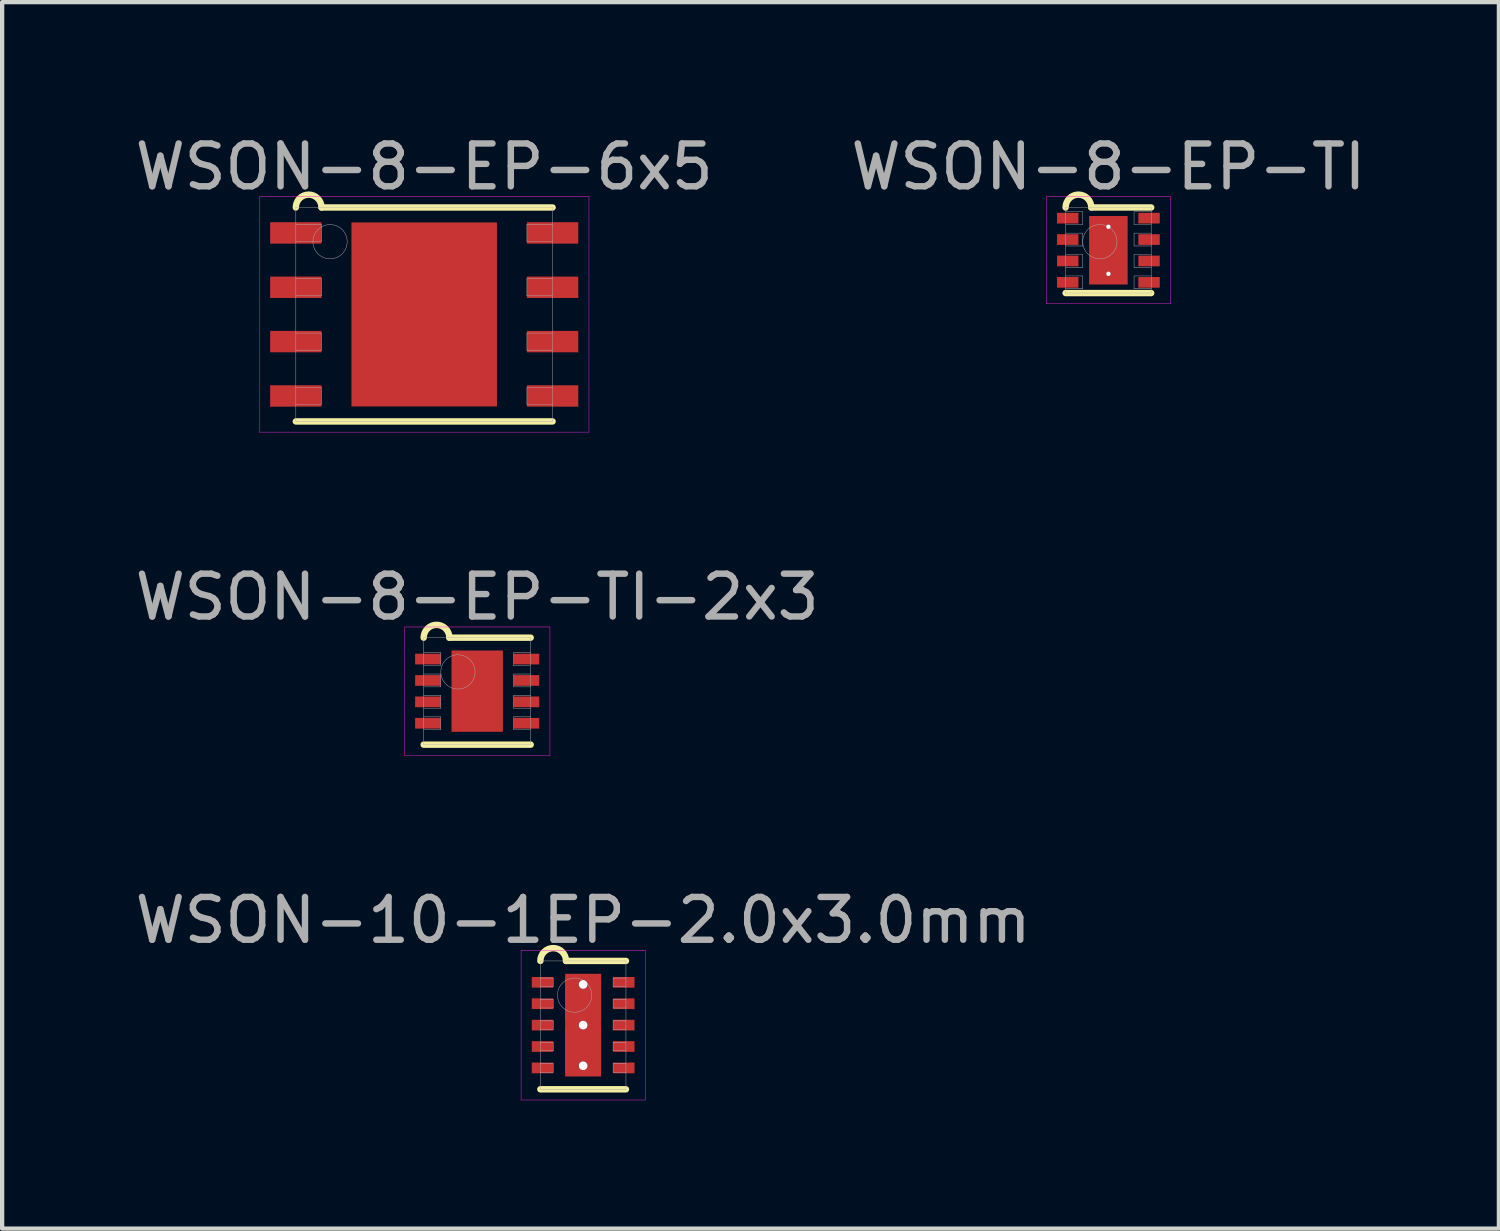
<source format=kicad_pcb>
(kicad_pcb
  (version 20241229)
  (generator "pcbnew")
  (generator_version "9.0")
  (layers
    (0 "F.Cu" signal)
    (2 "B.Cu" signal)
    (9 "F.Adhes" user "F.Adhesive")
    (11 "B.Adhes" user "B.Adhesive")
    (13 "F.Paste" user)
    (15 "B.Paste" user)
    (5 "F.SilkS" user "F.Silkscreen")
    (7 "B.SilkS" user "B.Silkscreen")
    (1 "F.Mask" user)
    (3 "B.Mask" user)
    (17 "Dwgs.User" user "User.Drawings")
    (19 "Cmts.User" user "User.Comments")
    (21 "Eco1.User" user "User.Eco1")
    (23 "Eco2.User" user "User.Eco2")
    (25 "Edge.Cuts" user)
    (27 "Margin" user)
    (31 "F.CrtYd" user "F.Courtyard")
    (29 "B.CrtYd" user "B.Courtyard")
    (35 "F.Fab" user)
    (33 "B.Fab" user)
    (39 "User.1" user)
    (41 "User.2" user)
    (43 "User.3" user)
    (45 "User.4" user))
  (footprint "WSON-8-EP-TI-2x3"
    (layer "F.Cu")
    (at 8.101 13.101)
    (property "Reference" "WSON-8-EP-TI-2x3" (at 0 -2.2 0) (layer "F.Fab") (effects (font (size 1 1) (thickness 0.15))))
    (attr smd)
    (fp_line (start -1.25 1.25) (end 1.25 1.25) (stroke (width 0.15) (type solid)) (layer "F.SilkS"))
    (fp_line (start -0.65 -1.25) (end 1.25 -1.25) (stroke (width 0.15) (type solid)) (layer "F.SilkS"))
    (fp_arc (start -1.25 -1.25) (mid -0.95 -1.55) (end -0.65 -1.25) (stroke (width 0.15) (type solid)) (layer "F.SilkS"))
    (fp_line (start -1.7 -1.5) (end 1.7 -1.5) (stroke (width 0.01) (type solid)) (layer "F.CrtYd"))
    (fp_line (start -1.7 1.5) (end -1.7 -1.5) (stroke (width 0.01) (type solid)) (layer "F.CrtYd"))
    (fp_line (start 1.7 -1.5) (end 1.7 1.5) (stroke (width 0.01) (type solid)) (layer "F.CrtYd"))
    (fp_line (start 1.7 1.5) (end -1.7 1.5) (stroke (width 0.01) (type solid)) (layer "F.CrtYd"))
    (fp_line (start -1.25 -1.25) (end 1.25 -1.25) (stroke (width 0.01) (type solid)) (layer "F.Fab"))
    (fp_line (start -1.25 -0.6) (end -0.85 -0.6) (stroke (width 0.01) (type solid)) (layer "F.Fab"))
    (fp_line (start -1.25 -0.1) (end -0.85 -0.1) (stroke (width 0.01) (type solid)) (layer "F.Fab"))
    (fp_line (start -1.25 0.4) (end -0.85 0.4) (stroke (width 0.01) (type solid)) (layer "F.Fab"))
    (fp_line (start -1.25 0.9) (end -0.85 0.9) (stroke (width 0.01) (type solid)) (layer "F.Fab"))
    (fp_line (start -1.25 1.25) (end -1.25 -1.25) (stroke (width 0.01) (type solid)) (layer "F.Fab"))
    (fp_line (start -0.85 -0.9) (end -1.25 -0.9) (stroke (width 0.01) (type solid)) (layer "F.Fab"))
    (fp_line (start -0.85 -0.6) (end -0.85 -0.9) (stroke (width 0.01) (type solid)) (layer "F.Fab"))
    (fp_line (start -0.85 -0.4) (end -1.25 -0.4) (stroke (width 0.01) (type solid)) (layer "F.Fab"))
    (fp_line (start -0.85 -0.1) (end -0.85 -0.4) (stroke (width 0.01) (type solid)) (layer "F.Fab"))
    (fp_line (start -0.85 0.1) (end -1.25 0.1) (stroke (width 0.01) (type solid)) (layer "F.Fab"))
    (fp_line (start -0.85 0.4) (end -0.85 0.1) (stroke (width 0.01) (type solid)) (layer "F.Fab"))
    (fp_line (start -0.85 0.6) (end -1.25 0.6) (stroke (width 0.01) (type solid)) (layer "F.Fab"))
    (fp_line (start -0.85 0.9) (end -0.85 0.6) (stroke (width 0.01) (type solid)) (layer "F.Fab"))
    (fp_line (start 0.85 -0.9) (end 0.85 -0.6) (stroke (width 0.01) (type solid)) (layer "F.Fab"))
    (fp_line (start 0.85 -0.6) (end 1.25 -0.6) (stroke (width 0.01) (type solid)) (layer "F.Fab"))
    (fp_line (start 0.85 -0.4) (end 0.85 -0.1) (stroke (width 0.01) (type solid)) (layer "F.Fab"))
    (fp_line (start 0.85 -0.1) (end 1.25 -0.1) (stroke (width 0.01) (type solid)) (layer "F.Fab"))
    (fp_line (start 0.85 0.1) (end 0.85 0.4) (stroke (width 0.01) (type solid)) (layer "F.Fab"))
    (fp_line (start 0.85 0.4) (end 1.25 0.4) (stroke (width 0.01) (type solid)) (layer "F.Fab"))
    (fp_line (start 0.85 0.6) (end 0.85 0.9) (stroke (width 0.01) (type solid)) (layer "F.Fab"))
    (fp_line (start 0.85 0.9) (end 1.25 0.9) (stroke (width 0.01) (type solid)) (layer "F.Fab"))
    (fp_line (start 1.25 -1.25) (end 1.25 1.25) (stroke (width 0.01) (type solid)) (layer "F.Fab"))
    (fp_line (start 1.25 -0.9) (end 0.85 -0.9) (stroke (width 0.01) (type solid)) (layer "F.Fab"))
    (fp_line (start 1.25 -0.4) (end 0.85 -0.4) (stroke (width 0.01) (type solid)) (layer "F.Fab"))
    (fp_line (start 1.25 0.1) (end 0.85 0.1) (stroke (width 0.01) (type solid)) (layer "F.Fab"))
    (fp_line (start 1.25 0.6) (end 0.85 0.6) (stroke (width 0.01) (type solid)) (layer "F.Fab"))
    (fp_line (start 1.25 1.25) (end -1.25 1.25) (stroke (width 0.01) (type solid)) (layer "F.Fab"))
    (fp_circle (center -0.45 -0.45) (end -0.45 -0.05) (stroke (width 0.01) (type solid)) (fill no) (layer "F.Fab"))
    (pad "" smd rect (at 0 -0.45) (size 0.9 0.7) (layers "F.Paste"))
    (pad "" smd rect (at 0 0.45) (size 0.9 0.7) (layers "F.Paste"))
    (pad "1" smd rect (at -1.15 -0.75) (size 0.6 0.25) (layers "F.Cu" "F.Mask" "F.Paste"))
    (pad "2" smd rect (at -1.15 -0.25) (size 0.6 0.25) (layers "F.Cu" "F.Mask" "F.Paste"))
    (pad "3" smd rect (at -1.15 0.25) (size 0.6 0.25) (layers "F.Cu" "F.Mask" "F.Paste"))
    (pad "4" smd rect (at -1.15 0.75) (size 0.6 0.25) (layers "F.Cu" "F.Mask" "F.Paste"))
    (pad "5" smd rect (at 1.15 0.75) (size 0.6 0.25) (layers "F.Cu" "F.Mask" "F.Paste"))
    (pad "6" smd rect (at 1.15 0.25) (size 0.6 0.25) (layers "F.Cu" "F.Mask" "F.Paste"))
    (pad "7" smd rect (at 1.15 -0.25) (size 0.6 0.25) (layers "F.Cu" "F.Mask" "F.Paste"))
    (pad "8" smd rect (at 1.15 -0.75) (size 0.6 0.25) (layers "F.Cu" "F.Mask" "F.Paste"))
    (pad "EP" smd rect (at 0 0) (size 1.2 1.9) (layers "F.Cu" "F.Mask")))
  (footprint "WSON-8-EP-6x5"
    (layer "F.Cu")
    (at 6.863 4.298)
    (property "Reference" "WSON-8-EP-6x5" (at 0 -3.45 0) (layer "F.Fab") (effects (font (size 1 1) (thickness 0.15))))
    (attr through_hole)
    (fp_line (start -3 2.5) (end 3 2.5) (stroke (width 0.15) (type solid)) (layer "F.SilkS"))
    (fp_line (start -2.4 -2.5) (end 3 -2.5) (stroke (width 0.15) (type solid)) (layer "F.SilkS"))
    (fp_arc (start -3 -2.5) (mid -2.7 -2.8) (end -2.4 -2.5) (stroke (width 0.15) (type solid)) (layer "F.SilkS"))
    (fp_line (start -3.85 -2.75) (end 3.85 -2.75) (stroke (width 0.01) (type solid)) (layer "F.CrtYd"))
    (fp_line (start -3.85 2.75) (end -3.85 -2.75) (stroke (width 0.01) (type solid)) (layer "F.CrtYd"))
    (fp_line (start 3.85 -2.75) (end 3.85 2.75) (stroke (width 0.01) (type solid)) (layer "F.CrtYd"))
    (fp_line (start 3.85 2.75) (end -3.85 2.75) (stroke (width 0.01) (type solid)) (layer "F.CrtYd"))
    (fp_line (start -3 -2.5) (end 3 -2.5) (stroke (width 0.01) (type solid)) (layer "F.Fab"))
    (fp_line (start -3 -1.705) (end -2.4 -1.705) (stroke (width 0.01) (type solid)) (layer "F.Fab"))
    (fp_line (start -3 -0.435) (end -2.4 -0.435) (stroke (width 0.01) (type solid)) (layer "F.Fab"))
    (fp_line (start -3 0.835) (end -2.4 0.835) (stroke (width 0.01) (type solid)) (layer "F.Fab"))
    (fp_line (start -3 2.105) (end -2.4 2.105) (stroke (width 0.01) (type solid)) (layer "F.Fab"))
    (fp_line (start -3 2.5) (end -3 -2.5) (stroke (width 0.01) (type solid)) (layer "F.Fab"))
    (fp_line (start -2.4 -2.105) (end -3 -2.105) (stroke (width 0.01) (type solid)) (layer "F.Fab"))
    (fp_line (start -2.4 -1.705) (end -2.4 -2.105) (stroke (width 0.01) (type solid)) (layer "F.Fab"))
    (fp_line (start -2.4 -0.835) (end -3 -0.835) (stroke (width 0.01) (type solid)) (layer "F.Fab"))
    (fp_line (start -2.4 -0.435) (end -2.4 -0.835) (stroke (width 0.01) (type solid)) (layer "F.Fab"))
    (fp_line (start -2.4 0.435) (end -3 0.435) (stroke (width 0.01) (type solid)) (layer "F.Fab"))
    (fp_line (start -2.4 0.835) (end -2.4 0.435) (stroke (width 0.01) (type solid)) (layer "F.Fab"))
    (fp_line (start -2.4 1.705) (end -3 1.705) (stroke (width 0.01) (type solid)) (layer "F.Fab"))
    (fp_line (start -2.4 2.105) (end -2.4 1.705) (stroke (width 0.01) (type solid)) (layer "F.Fab"))
    (fp_line (start 2.4 -2.105) (end 2.4 -1.705) (stroke (width 0.01) (type solid)) (layer "F.Fab"))
    (fp_line (start 2.4 -1.705) (end 3 -1.705) (stroke (width 0.01) (type solid)) (layer "F.Fab"))
    (fp_line (start 2.4 -0.835) (end 2.4 -0.435) (stroke (width 0.01) (type solid)) (layer "F.Fab"))
    (fp_line (start 2.4 -0.435) (end 3 -0.435) (stroke (width 0.01) (type solid)) (layer "F.Fab"))
    (fp_line (start 2.4 0.435) (end 2.4 0.835) (stroke (width 0.01) (type solid)) (layer "F.Fab"))
    (fp_line (start 2.4 0.835) (end 3 0.835) (stroke (width 0.01) (type solid)) (layer "F.Fab"))
    (fp_line (start 2.4 1.705) (end 2.4 2.105) (stroke (width 0.01) (type solid)) (layer "F.Fab"))
    (fp_line (start 2.4 2.105) (end 3 2.105) (stroke (width 0.01) (type solid)) (layer "F.Fab"))
    (fp_line (start 3 -2.5) (end 3 2.5) (stroke (width 0.01) (type solid)) (layer "F.Fab"))
    (fp_line (start 3 -2.105) (end 2.4 -2.105) (stroke (width 0.01) (type solid)) (layer "F.Fab"))
    (fp_line (start 3 -0.835) (end 2.4 -0.835) (stroke (width 0.01) (type solid)) (layer "F.Fab"))
    (fp_line (start 3 0.435) (end 2.4 0.435) (stroke (width 0.01) (type solid)) (layer "F.Fab"))
    (fp_line (start 3 1.705) (end 2.4 1.705) (stroke (width 0.01) (type solid)) (layer "F.Fab"))
    (fp_line (start 3 2.5) (end -3 2.5) (stroke (width 0.01) (type solid)) (layer "F.Fab"))
    (fp_circle (center -2.2 -1.7) (end -2.2 -1.3) (stroke (width 0.01) (type solid)) (fill no) (layer "F.Fab"))
    (pad "" smd rect (at 0 -1) (size 2 1.4) (layers "F.Paste"))
    (pad "" smd rect (at 0 1) (size 2 1.4) (layers "F.Paste"))
    (pad "1" smd rect (at -3 -1.905) (size 1.2 0.5) (layers "F.Cu" "F.Mask" "F.Paste"))
    (pad "2" smd rect (at -3 -0.635) (size 1.2 0.5) (layers "F.Cu" "F.Mask" "F.Paste"))
    (pad "3" smd rect (at -3 0.635) (size 1.2 0.5) (layers "F.Cu" "F.Mask" "F.Paste"))
    (pad "4" smd rect (at -3 1.905) (size 1.2 0.5) (layers "F.Cu" "F.Mask" "F.Paste"))
    (pad "5" smd rect (at 3 1.905) (size 1.2 0.5) (layers "F.Cu" "F.Mask" "F.Paste"))
    (pad "6" smd rect (at 3 0.635) (size 1.2 0.5) (layers "F.Cu" "F.Mask" "F.Paste"))
    (pad "7" smd rect (at 3 -0.635) (size 1.2 0.5) (layers "F.Cu" "F.Mask" "F.Paste"))
    (pad "8" smd rect (at 3 -1.905) (size 1.2 0.5) (layers "F.Cu" "F.Mask" "F.Paste"))
    (pad "EP" smd rect (at 0 0) (size 3.4 4.3) (layers "F.Cu" "F.Mask")))
  (footprint "WSON-8-EP-TI"
    (layer "F.Cu")
    (at 22.851 2.798)
    (property "Reference" "WSON-8-EP-TI" (at 0 -1.95 0) (layer "F.Fab") (effects (font (size 1 1) (thickness 0.15))))
    (attr smd)
    (fp_line (start -1 1) (end 1 1) (stroke (width 0.15) (type solid)) (layer "F.SilkS"))
    (fp_line (start -0.4 -1) (end 1 -1) (stroke (width 0.15) (type solid)) (layer "F.SilkS"))
    (fp_arc (start -1 -1) (mid -0.7 -1.3) (end -0.4 -1) (stroke (width 0.15) (type solid)) (layer "F.SilkS"))
    (fp_line (start -1.45 -1.25) (end 1.45 -1.25) (stroke (width 0.01) (type solid)) (layer "F.CrtYd"))
    (fp_line (start -1.45 1.25) (end -1.45 -1.25) (stroke (width 0.01) (type solid)) (layer "F.CrtYd"))
    (fp_line (start 1.45 -1.25) (end 1.45 1.25) (stroke (width 0.01) (type solid)) (layer "F.CrtYd"))
    (fp_line (start 1.45 1.25) (end -1.45 1.25) (stroke (width 0.01) (type solid)) (layer "F.CrtYd"))
    (fp_line (start -1 -1) (end 1 -1) (stroke (width 0.01) (type solid)) (layer "F.Fab"))
    (fp_line (start -1 -0.6) (end -0.6 -0.6) (stroke (width 0.01) (type solid)) (layer "F.Fab"))
    (fp_line (start -1 -0.1) (end -0.6 -0.1) (stroke (width 0.01) (type solid)) (layer "F.Fab"))
    (fp_line (start -1 0.4) (end -0.6 0.4) (stroke (width 0.01) (type solid)) (layer "F.Fab"))
    (fp_line (start -1 0.9) (end -0.6 0.9) (stroke (width 0.01) (type solid)) (layer "F.Fab"))
    (fp_line (start -1 1) (end -1 -1) (stroke (width 0.01) (type solid)) (layer "F.Fab"))
    (fp_line (start -0.6 -0.9) (end -1 -0.9) (stroke (width 0.01) (type solid)) (layer "F.Fab"))
    (fp_line (start -0.6 -0.6) (end -0.6 -0.9) (stroke (width 0.01) (type solid)) (layer "F.Fab"))
    (fp_line (start -0.6 -0.4) (end -1 -0.4) (stroke (width 0.01) (type solid)) (layer "F.Fab"))
    (fp_line (start -0.6 -0.1) (end -0.6 -0.4) (stroke (width 0.01) (type solid)) (layer "F.Fab"))
    (fp_line (start -0.6 0.1) (end -1 0.1) (stroke (width 0.01) (type solid)) (layer "F.Fab"))
    (fp_line (start -0.6 0.4) (end -0.6 0.1) (stroke (width 0.01) (type solid)) (layer "F.Fab"))
    (fp_line (start -0.6 0.6) (end -1 0.6) (stroke (width 0.01) (type solid)) (layer "F.Fab"))
    (fp_line (start -0.6 0.9) (end -0.6 0.6) (stroke (width 0.01) (type solid)) (layer "F.Fab"))
    (fp_line (start 0.6 -0.9) (end 0.6 -0.6) (stroke (width 0.01) (type solid)) (layer "F.Fab"))
    (fp_line (start 0.6 -0.6) (end 1 -0.6) (stroke (width 0.01) (type solid)) (layer "F.Fab"))
    (fp_line (start 0.6 -0.4) (end 0.6 -0.1) (stroke (width 0.01) (type solid)) (layer "F.Fab"))
    (fp_line (start 0.6 -0.1) (end 1 -0.1) (stroke (width 0.01) (type solid)) (layer "F.Fab"))
    (fp_line (start 0.6 0.1) (end 0.6 0.4) (stroke (width 0.01) (type solid)) (layer "F.Fab"))
    (fp_line (start 0.6 0.4) (end 1 0.4) (stroke (width 0.01) (type solid)) (layer "F.Fab"))
    (fp_line (start 0.6 0.6) (end 0.6 0.9) (stroke (width 0.01) (type solid)) (layer "F.Fab"))
    (fp_line (start 0.6 0.9) (end 1 0.9) (stroke (width 0.01) (type solid)) (layer "F.Fab"))
    (fp_line (start 1 -1) (end 1 1) (stroke (width 0.01) (type solid)) (layer "F.Fab"))
    (fp_line (start 1 -0.9) (end 0.6 -0.9) (stroke (width 0.01) (type solid)) (layer "F.Fab"))
    (fp_line (start 1 -0.4) (end 0.6 -0.4) (stroke (width 0.01) (type solid)) (layer "F.Fab"))
    (fp_line (start 1 0.1) (end 0.6 0.1) (stroke (width 0.01) (type solid)) (layer "F.Fab"))
    (fp_line (start 1 0.6) (end 0.6 0.6) (stroke (width 0.01) (type solid)) (layer "F.Fab"))
    (fp_line (start 1 1) (end -1 1) (stroke (width 0.01) (type solid)) (layer "F.Fab"))
    (fp_circle (center -0.2 -0.2) (end -0.2 0.2) (stroke (width 0.01) (type solid)) (fill no) (layer "F.Fab"))
    (pad "" smd rect (at 0 -0.45) (size 0.9 0.7) (layers "F.Paste"))
    (pad "" smd rect (at 0 0.45) (size 0.9 0.7) (layers "F.Paste"))
    (pad "1" smd rect (at -0.95 -0.75) (size 0.5 0.25) (layers "F.Cu" "F.Mask" "F.Paste"))
    (pad "2" smd rect (at -0.95 -0.25) (size 0.5 0.25) (layers "F.Cu" "F.Mask" "F.Paste"))
    (pad "3" smd rect (at -0.95 0.25) (size 0.5 0.25) (layers "F.Cu" "F.Mask" "F.Paste"))
    (pad "4" smd rect (at -0.95 0.75) (size 0.5 0.25) (layers "F.Cu" "F.Mask" "F.Paste"))
    (pad "5" smd rect (at 0.95 0.75) (size 0.5 0.25) (layers "F.Cu" "F.Mask" "F.Paste"))
    (pad "6" smd rect (at 0.95 0.25) (size 0.5 0.25) (layers "F.Cu" "F.Mask" "F.Paste"))
    (pad "7" smd rect (at 0.95 -0.25) (size 0.5 0.25) (layers "F.Cu" "F.Mask" "F.Paste"))
    (pad "8" smd rect (at 0.95 -0.75) (size 0.5 0.25) (layers "F.Cu" "F.Mask" "F.Paste"))
    (pad "EP" thru_hole circle (at 0 -0.55) (size 0.1 0.1) (drill 0.3) (layers "*.Cu"))
    (pad "EP" smd rect (at 0 0) (size 0.9 1.6) (layers "F.Cu" "F.Mask"))
    (pad "EP" thru_hole circle (at 0 0.55) (size 0.1 0.1) (drill 0.3) (layers "*.Cu")))
  (footprint "WSON-10-1EP-2.0x3.0mm"
    (layer "F.Cu")
    (at 10.577 20.905)
    (property "Reference" "WSON-10-1EP-2.0x3.0mm" (at 0 -2.45 0) (layer "F.Fab") (effects (font (size 1 1) (thickness 0.15))))
    (attr through_hole)
    (fp_line (start -1 1.5) (end 1 1.5) (stroke (width 0.15) (type solid)) (layer "F.SilkS"))
    (fp_line (start -0.4 -1.5) (end 1 -1.5) (stroke (width 0.15) (type solid)) (layer "F.SilkS"))
    (fp_arc (start -1 -1.5) (mid -0.7 -1.8) (end -0.4 -1.5) (stroke (width 0.15) (type solid)) (layer "F.SilkS"))
    (fp_line (start -1.45 -1.75) (end 1.45 -1.75) (stroke (width 0.01) (type solid)) (layer "F.CrtYd"))
    (fp_line (start -1.45 1.75) (end -1.45 -1.75) (stroke (width 0.01) (type solid)) (layer "F.CrtYd"))
    (fp_line (start 1.45 -1.75) (end 1.45 1.75) (stroke (width 0.01) (type solid)) (layer "F.CrtYd"))
    (fp_line (start 1.45 1.75) (end -1.45 1.75) (stroke (width 0.01) (type solid)) (layer "F.CrtYd"))
    (fp_line (start -1 -1.5) (end 1 -1.5) (stroke (width 0.01) (type solid)) (layer "F.Fab"))
    (fp_line (start -1 -0.9) (end -0.7 -0.9) (stroke (width 0.01) (type solid)) (layer "F.Fab"))
    (fp_line (start -1 -0.4) (end -0.7 -0.4) (stroke (width 0.01) (type solid)) (layer "F.Fab"))
    (fp_line (start -1 0.1) (end -0.7 0.1) (stroke (width 0.01) (type solid)) (layer "F.Fab"))
    (fp_line (start -1 0.6) (end -0.7 0.6) (stroke (width 0.01) (type solid)) (layer "F.Fab"))
    (fp_line (start -1 1.1) (end -0.7 1.1) (stroke (width 0.01) (type solid)) (layer "F.Fab"))
    (fp_line (start -1 1.5) (end -1 -1.5) (stroke (width 0.01) (type solid)) (layer "F.Fab"))
    (fp_line (start -0.7 -1.1) (end -1 -1.1) (stroke (width 0.01) (type solid)) (layer "F.Fab"))
    (fp_line (start -0.7 -0.9) (end -0.7 -1.1) (stroke (width 0.01) (type solid)) (layer "F.Fab"))
    (fp_line (start -0.7 -0.6) (end -1 -0.6) (stroke (width 0.01) (type solid)) (layer "F.Fab"))
    (fp_line (start -0.7 -0.4) (end -0.7 -0.6) (stroke (width 0.01) (type solid)) (layer "F.Fab"))
    (fp_line (start -0.7 -0.1) (end -1 -0.1) (stroke (width 0.01) (type solid)) (layer "F.Fab"))
    (fp_line (start -0.7 0.1) (end -0.7 -0.1) (stroke (width 0.01) (type solid)) (layer "F.Fab"))
    (fp_line (start -0.7 0.4) (end -1 0.4) (stroke (width 0.01) (type solid)) (layer "F.Fab"))
    (fp_line (start -0.7 0.6) (end -0.7 0.4) (stroke (width 0.01) (type solid)) (layer "F.Fab"))
    (fp_line (start -0.7 0.9) (end -1 0.9) (stroke (width 0.01) (type solid)) (layer "F.Fab"))
    (fp_line (start -0.7 1.1) (end -0.7 0.9) (stroke (width 0.01) (type solid)) (layer "F.Fab"))
    (fp_line (start 0.7 -1.1) (end 0.7 -0.9) (stroke (width 0.01) (type solid)) (layer "F.Fab"))
    (fp_line (start 0.7 -0.9) (end 1 -0.9) (stroke (width 0.01) (type solid)) (layer "F.Fab"))
    (fp_line (start 0.7 -0.6) (end 0.7 -0.4) (stroke (width 0.01) (type solid)) (layer "F.Fab"))
    (fp_line (start 0.7 -0.4) (end 1 -0.4) (stroke (width 0.01) (type solid)) (layer "F.Fab"))
    (fp_line (start 0.7 -0.1) (end 0.7 0.1) (stroke (width 0.01) (type solid)) (layer "F.Fab"))
    (fp_line (start 0.7 0.1) (end 1 0.1) (stroke (width 0.01) (type solid)) (layer "F.Fab"))
    (fp_line (start 0.7 0.4) (end 0.7 0.6) (stroke (width 0.01) (type solid)) (layer "F.Fab"))
    (fp_line (start 0.7 0.6) (end 1 0.6) (stroke (width 0.01) (type solid)) (layer "F.Fab"))
    (fp_line (start 0.7 0.9) (end 0.7 1.1) (stroke (width 0.01) (type solid)) (layer "F.Fab"))
    (fp_line (start 0.7 1.1) (end 1 1.1) (stroke (width 0.01) (type solid)) (layer "F.Fab"))
    (fp_line (start 1 -1.5) (end 1 1.5) (stroke (width 0.01) (type solid)) (layer "F.Fab"))
    (fp_line (start 1 -1.1) (end 0.7 -1.1) (stroke (width 0.01) (type solid)) (layer "F.Fab"))
    (fp_line (start 1 -0.6) (end 0.7 -0.6) (stroke (width 0.01) (type solid)) (layer "F.Fab"))
    (fp_line (start 1 -0.1) (end 0.7 -0.1) (stroke (width 0.01) (type solid)) (layer "F.Fab"))
    (fp_line (start 1 0.4) (end 0.7 0.4) (stroke (width 0.01) (type solid)) (layer "F.Fab"))
    (fp_line (start 1 0.9) (end 0.7 0.9) (stroke (width 0.01) (type solid)) (layer "F.Fab"))
    (fp_line (start 1 1.5) (end -1 1.5) (stroke (width 0.01) (type solid)) (layer "F.Fab"))
    (fp_circle (center -0.2 -0.7) (end -0.2 -0.3) (stroke (width 0.01) (type solid)) (fill no) (layer "F.Fab"))
    (pad "1" smd rect (at -0.95 -1) (size 0.5 0.25) (layers "F.Cu" "F.Mask" "F.Paste"))
    (pad "2" smd rect (at -0.95 -0.5) (size 0.5 0.25) (layers "F.Cu" "F.Mask" "F.Paste"))
    (pad "3" smd rect (at -0.95 0) (size 0.5 0.25) (layers "F.Cu" "F.Mask" "F.Paste"))
    (pad "4" smd rect (at -0.95 0.5) (size 0.5 0.25) (layers "F.Cu" "F.Mask" "F.Paste"))
    (pad "5" smd rect (at -0.95 1) (size 0.5 0.25) (layers "F.Cu" "F.Mask" "F.Paste"))
    (pad "6" smd rect (at 0.95 1) (size 0.5 0.25) (layers "F.Cu" "F.Mask" "F.Paste"))
    (pad "7" smd rect (at 0.95 0.5) (size 0.5 0.25) (layers "F.Cu" "F.Mask" "F.Paste"))
    (pad "8" smd rect (at 0.95 0) (size 0.5 0.25) (layers "F.Cu" "F.Mask" "F.Paste"))
    (pad "9" smd rect (at 0.95 -0.5) (size 0.5 0.25) (layers "F.Cu" "F.Mask" "F.Paste"))
    (pad "10" smd rect (at 0.95 -1) (size 0.5 0.25) (layers "F.Cu" "F.Mask" "F.Paste"))
    (pad "EP" thru_hole circle (at 0 -0.95) (size 0.2 0.2) (drill 0.2) (layers "*.Cu"))
    (pad "EP" smd rect (at 0 -0.6) (size 0.84 1) (layers "F.Cu" "F.Paste"))
    (pad "EP" thru_hole circle (at 0 0) (size 0.2 0.2) (drill 0.2) (layers "*.Cu"))
    (pad "EP" smd rect (at 0 0) (size 0.84 2.4) (layers "F.Cu" "F.Mask"))
    (pad "EP" smd rect (at 0 0.6) (size 0.84 1) (layers "F.Cu" "F.Paste"))
    (pad "EP" thru_hole circle (at 0 0.95) (size 0.2 0.2) (drill 0.2) (layers "*.Cu")))
  (gr_rect
    (start -3 -3)
    (end 31.976 25.66)
    (stroke (width 0.1) (type default))
    (fill no)
    (layer "Edge.Cuts")))
</source>
